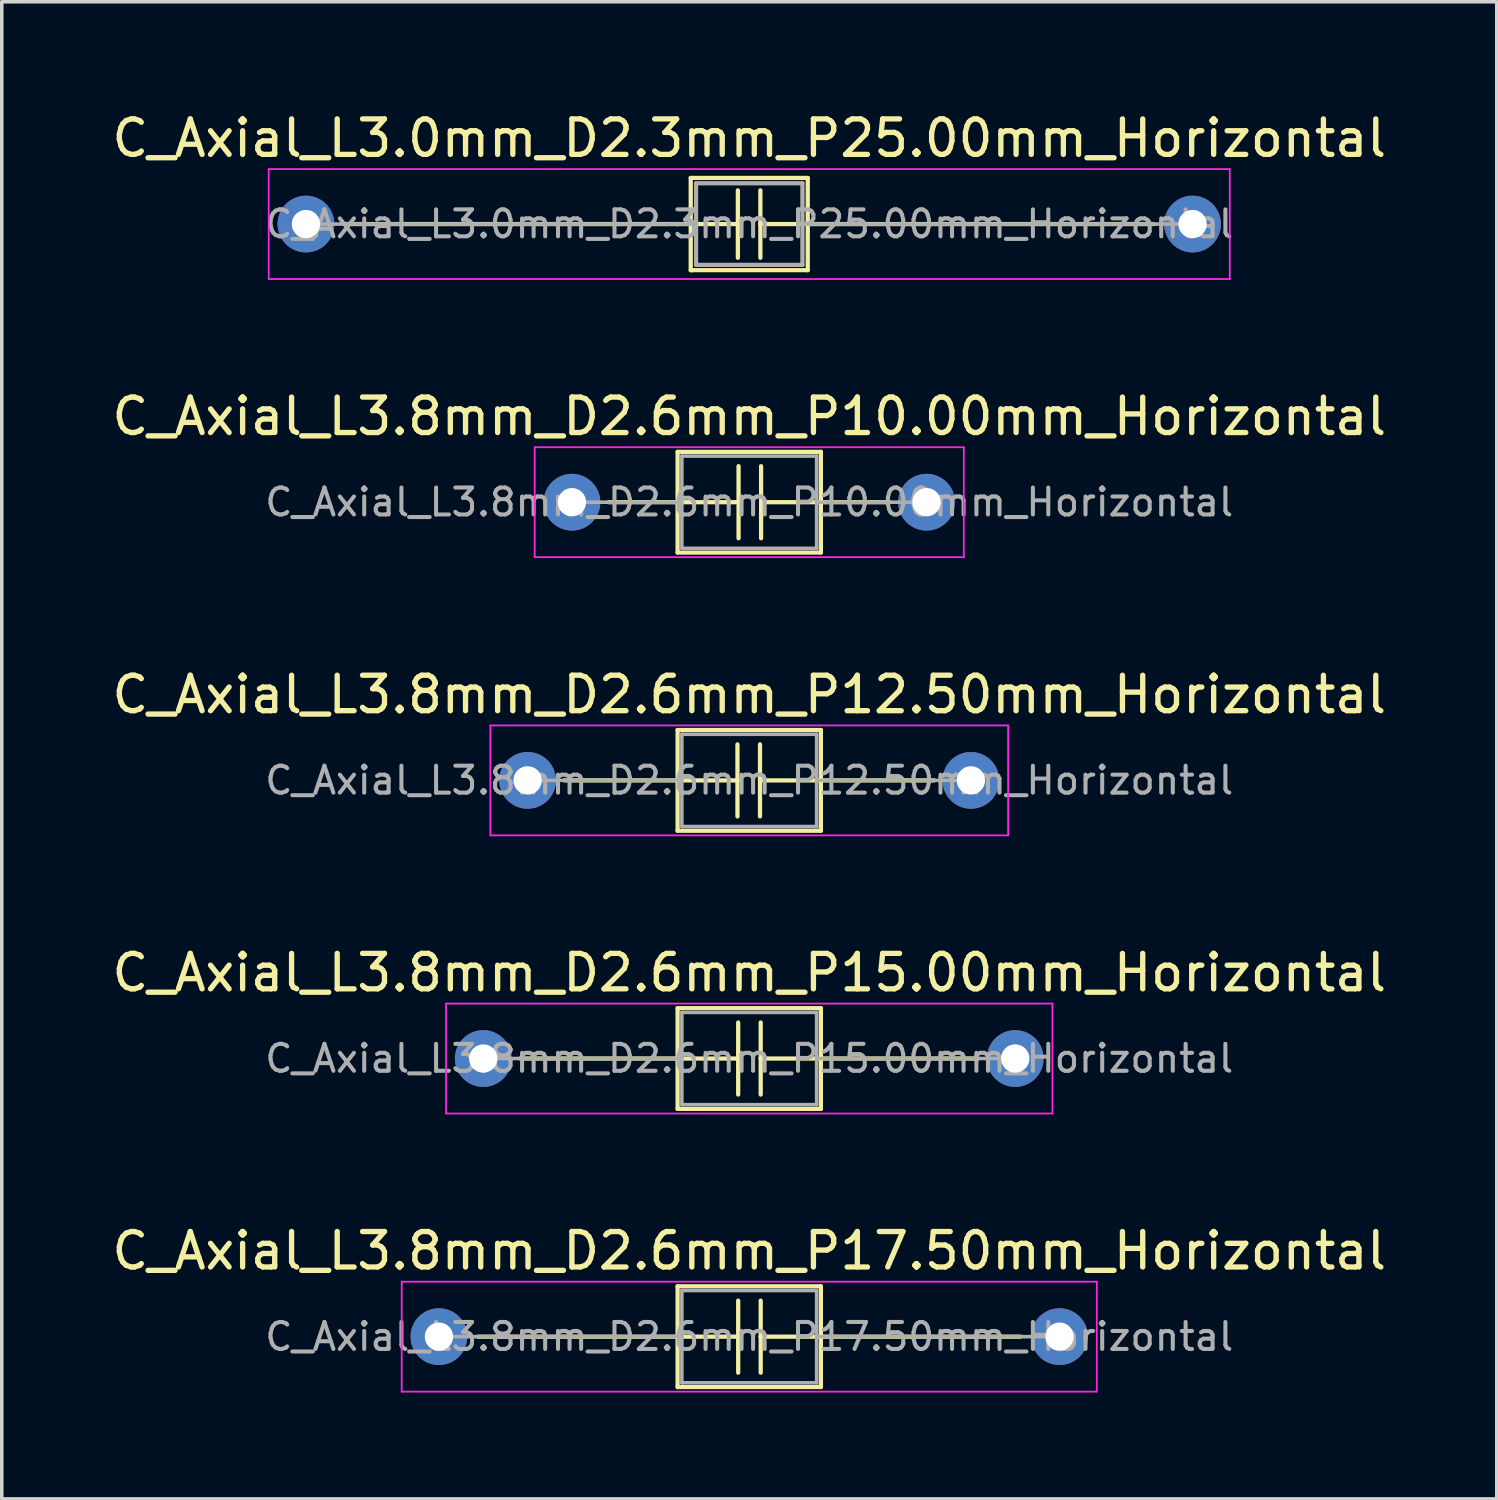
<source format=kicad_pcb>
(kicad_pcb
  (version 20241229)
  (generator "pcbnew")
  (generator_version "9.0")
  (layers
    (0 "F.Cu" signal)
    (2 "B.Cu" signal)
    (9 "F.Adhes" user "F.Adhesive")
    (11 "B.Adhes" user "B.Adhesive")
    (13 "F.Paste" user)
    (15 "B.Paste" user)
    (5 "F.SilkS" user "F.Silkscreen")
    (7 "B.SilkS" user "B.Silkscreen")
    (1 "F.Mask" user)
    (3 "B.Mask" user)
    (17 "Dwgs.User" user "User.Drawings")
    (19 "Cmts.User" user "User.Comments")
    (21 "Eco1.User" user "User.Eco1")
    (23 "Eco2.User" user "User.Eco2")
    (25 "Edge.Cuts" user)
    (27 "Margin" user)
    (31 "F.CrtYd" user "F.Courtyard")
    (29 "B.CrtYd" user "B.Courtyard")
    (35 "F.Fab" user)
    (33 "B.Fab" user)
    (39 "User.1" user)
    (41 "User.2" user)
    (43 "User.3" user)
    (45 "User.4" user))
  (footprint "C_Axial_L3.8mm_D2.6mm_P10.00mm_Horizontal"
    (layer "F.Cu")
    (at 13.077 11.111)
    (property "Reference" "C_Axial_L3.8mm_D2.6mm_P10.00mm_Horizontal" (at 5 -2.42 0) (layer "F.SilkS") (effects (font (size 1 1) (thickness 0.15))))
    (attr through_hole)
    (fp_line (start 1.04 0) (end 2.98 0) (stroke (width 0.12) (type solid)) (layer "F.SilkS"))
    (fp_line (start 2.98 -1.42) (end 2.98 1.42) (stroke (width 0.12) (type solid)) (layer "F.SilkS"))
    (fp_line (start 2.98 0) (end 4.699 0) (stroke (width 0.12) (type solid)) (layer "F.SilkS"))
    (fp_line (start 2.98 1.42) (end 7.02 1.42) (stroke (width 0.12) (type solid)) (layer "F.SilkS"))
    (fp_line (start 4.699 0) (end 4.699 -1.016) (stroke (width 0.12) (type solid)) (layer "F.SilkS"))
    (fp_line (start 4.699 0) (end 4.699 1.016) (stroke (width 0.12) (type solid)) (layer "F.SilkS"))
    (fp_line (start 5.334 0) (end 5.334 -1.016) (stroke (width 0.12) (type solid)) (layer "F.SilkS"))
    (fp_line (start 5.334 0) (end 5.334 1.016) (stroke (width 0.12) (type solid)) (layer "F.SilkS"))
    (fp_line (start 7.02 -1.42) (end 2.98 -1.42) (stroke (width 0.12) (type solid)) (layer "F.SilkS"))
    (fp_line (start 7.02 0) (end 5.334 0) (stroke (width 0.12) (type solid)) (layer "F.SilkS"))
    (fp_line (start 7.02 1.42) (end 7.02 -1.42) (stroke (width 0.12) (type solid)) (layer "F.SilkS"))
    (fp_line (start 8.96 0) (end 7.02 0) (stroke (width 0.12) (type solid)) (layer "F.SilkS"))
    (fp_line (start -1.05 -1.55) (end -1.05 1.55) (stroke (width 0.05) (type solid)) (layer "F.CrtYd"))
    (fp_line (start -1.05 1.55) (end 11.05 1.55) (stroke (width 0.05) (type solid)) (layer "F.CrtYd"))
    (fp_line (start 11.05 -1.55) (end -1.05 -1.55) (stroke (width 0.05) (type solid)) (layer "F.CrtYd"))
    (fp_line (start 11.05 1.55) (end 11.05 -1.55) (stroke (width 0.05) (type solid)) (layer "F.CrtYd"))
    (fp_line (start 0 0) (end 3.1 0) (stroke (width 0.1) (type solid)) (layer "F.Fab"))
    (fp_line (start 3.1 -1.3) (end 3.1 1.3) (stroke (width 0.1) (type solid)) (layer "F.Fab"))
    (fp_line (start 3.1 1.3) (end 6.9 1.3) (stroke (width 0.1) (type solid)) (layer "F.Fab"))
    (fp_line (start 6.9 -1.3) (end 3.1 -1.3) (stroke (width 0.1) (type solid)) (layer "F.Fab"))
    (fp_line (start 6.9 1.3) (end 6.9 -1.3) (stroke (width 0.1) (type solid)) (layer "F.Fab"))
    (fp_line (start 10 0) (end 6.9 0) (stroke (width 0.1) (type solid)) (layer "F.Fab"))
    (fp_text user "${REFERENCE}" (at 5 0 0) (layer "F.Fab") (effects (font (size 0.76 0.76) (thickness 0.114))))
    (pad "1" thru_hole circle (at 0 0) (size 1.6 1.6) (drill 0.8) (layers "*.Cu" "*.Mask"))
    (pad "2" thru_hole oval (at 10 0) (size 1.6 1.6) (drill 0.8) (layers "*.Cu" "*.Mask")))
  (footprint "C_Axial_L3.0mm_D2.3mm_P25.00mm_Horizontal"
    (layer "F.Cu")
    (at 5.577 3.268)
    (property "Reference" "C_Axial_L3.0mm_D2.3mm_P25.00mm_Horizontal" (at 12.5 -2.42 0) (layer "F.SilkS") (effects (font (size 1 1) (thickness 0.15))))
    (fp_line (start 1.1 0) (end 10.48 0) (stroke (width 0.12) (type solid)) (layer "F.SilkS"))
    (fp_line (start 10.48 0) (end 12.179 0) (stroke (width 0.12) (type solid)) (layer "F.SilkS"))
    (fp_line (start 10.85 -1.3) (end 14.15 -1.3) (stroke (width 0.12) (type solid)) (layer "F.SilkS"))
    (fp_line (start 10.85 1.3) (end 10.85 -1.3) (stroke (width 0.12) (type solid)) (layer "F.SilkS"))
    (fp_line (start 10.9 1.3) (end 10.85 1.3) (stroke (width 0.12) (type solid)) (layer "F.SilkS"))
    (fp_line (start 12.179 0) (end 12.179 -0.95) (stroke (width 0.12) (type solid)) (layer "F.SilkS"))
    (fp_line (start 12.179 0) (end 12.179 0.95) (stroke (width 0.12) (type solid)) (layer "F.SilkS"))
    (fp_line (start 12.814 0) (end 12.814 -0.95) (stroke (width 0.12) (type solid)) (layer "F.SilkS"))
    (fp_line (start 12.814 0) (end 12.814 0.95) (stroke (width 0.12) (type solid)) (layer "F.SilkS"))
    (fp_line (start 14.15 -1.3) (end 14.15 0) (stroke (width 0.12) (type solid)) (layer "F.SilkS"))
    (fp_line (start 14.15 0) (end 14.15 1.3) (stroke (width 0.12) (type solid)) (layer "F.SilkS"))
    (fp_line (start 14.15 1.3) (end 10.9 1.3) (stroke (width 0.12) (type solid)) (layer "F.SilkS"))
    (fp_line (start 14.211 0) (end 12.814 0) (stroke (width 0.12) (type solid)) (layer "F.SilkS"))
    (fp_line (start 23.9 0) (end 14.211 0) (stroke (width 0.12) (type solid)) (layer "F.SilkS"))
    (fp_line (start -1.05 -1.55) (end -1.05 1.55) (stroke (width 0.05) (type solid)) (layer "F.CrtYd"))
    (fp_line (start -1.05 1.55) (end 26.05 1.55) (stroke (width 0.05) (type solid)) (layer "F.CrtYd"))
    (fp_line (start 26.05 -1.55) (end -1.05 -1.55) (stroke (width 0.05) (type solid)) (layer "F.CrtYd"))
    (fp_line (start 26.05 1.55) (end 26.05 -1.55) (stroke (width 0.05) (type solid)) (layer "F.CrtYd"))
    (fp_line (start 0 0) (end 11 0) (stroke (width 0.1) (type solid)) (layer "F.Fab"))
    (fp_line (start 11 -1.15) (end 14 -1.15) (stroke (width 0.12) (type solid)) (layer "F.Fab"))
    (fp_line (start 11 0) (end 11 -1.15) (stroke (width 0.12) (type solid)) (layer "F.Fab"))
    (fp_line (start 11 1.15) (end 11 0) (stroke (width 0.12) (type solid)) (layer "F.Fab"))
    (fp_line (start 14 -1.15) (end 14 0) (stroke (width 0.12) (type solid)) (layer "F.Fab"))
    (fp_line (start 14 0) (end 14 1.15) (stroke (width 0.12) (type solid)) (layer "F.Fab"))
    (fp_line (start 14 1.15) (end 11 1.15) (stroke (width 0.12) (type solid)) (layer "F.Fab"))
    (fp_line (start 25 0) (end 14 0) (stroke (width 0.1) (type solid)) (layer "F.Fab"))
    (fp_text user "${REFERENCE}" (at 12.5 0 0) (layer "F.Fab") (effects (font (size 0.76 0.76) (thickness 0.114))))
    (pad "1" thru_hole circle (at 0 0) (size 1.6 1.6) (drill 0.8) (layers "*.Cu" "*.Mask"))
    (pad "2" thru_hole oval (at 25 0) (size 1.6 1.6) (drill 0.8) (layers "*.Cu" "*.Mask")))
  (footprint "C_Axial_L3.8mm_D2.6mm_P15.00mm_Horizontal"
    (layer "F.Cu")
    (at 10.577 26.798)
    (property "Reference" "C_Axial_L3.8mm_D2.6mm_P15.00mm_Horizontal" (at 7.5 -2.42 0) (layer "F.SilkS") (effects (font (size 1 1) (thickness 0.15))))
    (attr through_hole)
    (fp_line (start 1.04 0) (end 5.48 0) (stroke (width 0.12) (type solid)) (layer "F.SilkS"))
    (fp_line (start 5.461 0) (end 7.188 0) (stroke (width 0.12) (type solid)) (layer "F.SilkS"))
    (fp_line (start 5.48 -1.42) (end 5.48 1.42) (stroke (width 0.12) (type solid)) (layer "F.SilkS"))
    (fp_line (start 5.48 1.42) (end 9.52 1.42) (stroke (width 0.12) (type solid)) (layer "F.SilkS"))
    (fp_line (start 7.188 0) (end 7.188 -1.016) (stroke (width 0.12) (type solid)) (layer "F.SilkS"))
    (fp_line (start 7.188 0) (end 7.188 1.016) (stroke (width 0.12) (type solid)) (layer "F.SilkS"))
    (fp_line (start 7.823 0) (end 7.823 -1.016) (stroke (width 0.12) (type solid)) (layer "F.SilkS"))
    (fp_line (start 7.823 0) (end 7.823 1.016) (stroke (width 0.12) (type solid)) (layer "F.SilkS"))
    (fp_line (start 9.52 -1.42) (end 5.48 -1.42) (stroke (width 0.12) (type solid)) (layer "F.SilkS"))
    (fp_line (start 9.52 1.42) (end 9.52 -1.42) (stroke (width 0.12) (type solid)) (layer "F.SilkS"))
    (fp_line (start 9.525 0) (end 7.823 0) (stroke (width 0.12) (type solid)) (layer "F.SilkS"))
    (fp_line (start 13.96 0) (end 9.52 0) (stroke (width 0.12) (type solid)) (layer "F.SilkS"))
    (fp_line (start -1.05 -1.55) (end -1.05 1.55) (stroke (width 0.05) (type solid)) (layer "F.CrtYd"))
    (fp_line (start -1.05 1.55) (end 16.05 1.55) (stroke (width 0.05) (type solid)) (layer "F.CrtYd"))
    (fp_line (start 16.05 -1.55) (end -1.05 -1.55) (stroke (width 0.05) (type solid)) (layer "F.CrtYd"))
    (fp_line (start 16.05 1.55) (end 16.05 -1.55) (stroke (width 0.05) (type solid)) (layer "F.CrtYd"))
    (fp_line (start 0 0) (end 5.6 0) (stroke (width 0.1) (type solid)) (layer "F.Fab"))
    (fp_line (start 5.6 -1.3) (end 5.6 1.3) (stroke (width 0.1) (type solid)) (layer "F.Fab"))
    (fp_line (start 5.6 1.3) (end 9.4 1.3) (stroke (width 0.1) (type solid)) (layer "F.Fab"))
    (fp_line (start 9.4 -1.3) (end 5.6 -1.3) (stroke (width 0.1) (type solid)) (layer "F.Fab"))
    (fp_line (start 9.4 1.3) (end 9.4 -1.3) (stroke (width 0.1) (type solid)) (layer "F.Fab"))
    (fp_line (start 15 0) (end 9.4 0) (stroke (width 0.1) (type solid)) (layer "F.Fab"))
    (fp_text user "${REFERENCE}" (at 7.5 0 0) (layer "F.Fab") (effects (font (size 0.76 0.76) (thickness 0.114))))
    (pad "1" thru_hole circle (at 0 0) (size 1.6 1.6) (drill 0.8) (layers "*.Cu" "*.Mask"))
    (pad "2" thru_hole oval (at 15 0) (size 1.6 1.6) (drill 0.8) (layers "*.Cu" "*.Mask")))
  (footprint "C_Axial_L3.8mm_D2.6mm_P12.50mm_Horizontal"
    (layer "F.Cu")
    (at 11.827 18.955)
    (property "Reference" "C_Axial_L3.8mm_D2.6mm_P12.50mm_Horizontal" (at 6.25 -2.42 0) (layer "F.SilkS") (effects (font (size 1 1) (thickness 0.15))))
    (attr through_hole)
    (fp_line (start 1.04 0) (end 4.23 0) (stroke (width 0.12) (type solid)) (layer "F.SilkS"))
    (fp_line (start 4.23 -1.42) (end 4.23 1.42) (stroke (width 0.12) (type solid)) (layer "F.SilkS"))
    (fp_line (start 4.23 0) (end 5.918 0) (stroke (width 0.12) (type solid)) (layer "F.SilkS"))
    (fp_line (start 4.23 1.42) (end 8.27 1.42) (stroke (width 0.12) (type solid)) (layer "F.SilkS"))
    (fp_line (start 5.918 0) (end 5.918 -1.016) (stroke (width 0.12) (type solid)) (layer "F.SilkS"))
    (fp_line (start 5.918 0) (end 5.918 1.016) (stroke (width 0.12) (type solid)) (layer "F.SilkS"))
    (fp_line (start 6.553 0) (end 6.553 -1.016) (stroke (width 0.12) (type solid)) (layer "F.SilkS"))
    (fp_line (start 6.553 0) (end 6.553 1.016) (stroke (width 0.12) (type solid)) (layer "F.SilkS"))
    (fp_line (start 8.27 -1.42) (end 4.23 -1.42) (stroke (width 0.12) (type solid)) (layer "F.SilkS"))
    (fp_line (start 8.27 0) (end 6.553 0) (stroke (width 0.12) (type solid)) (layer "F.SilkS"))
    (fp_line (start 8.27 1.42) (end 8.27 -1.42) (stroke (width 0.12) (type solid)) (layer "F.SilkS"))
    (fp_line (start 11.46 0) (end 8.27 0) (stroke (width 0.12) (type solid)) (layer "F.SilkS"))
    (fp_line (start -1.05 -1.55) (end -1.05 1.55) (stroke (width 0.05) (type solid)) (layer "F.CrtYd"))
    (fp_line (start -1.05 1.55) (end 13.55 1.55) (stroke (width 0.05) (type solid)) (layer "F.CrtYd"))
    (fp_line (start 13.55 -1.55) (end -1.05 -1.55) (stroke (width 0.05) (type solid)) (layer "F.CrtYd"))
    (fp_line (start 13.55 1.55) (end 13.55 -1.55) (stroke (width 0.05) (type solid)) (layer "F.CrtYd"))
    (fp_line (start 0 0) (end 4.35 0) (stroke (width 0.1) (type solid)) (layer "F.Fab"))
    (fp_line (start 4.35 -1.3) (end 4.35 1.3) (stroke (width 0.1) (type solid)) (layer "F.Fab"))
    (fp_line (start 4.35 1.3) (end 8.15 1.3) (stroke (width 0.1) (type solid)) (layer "F.Fab"))
    (fp_line (start 8.15 -1.3) (end 4.35 -1.3) (stroke (width 0.1) (type solid)) (layer "F.Fab"))
    (fp_line (start 8.15 1.3) (end 8.15 -1.3) (stroke (width 0.1) (type solid)) (layer "F.Fab"))
    (fp_line (start 12.5 0) (end 8.15 0) (stroke (width 0.1) (type solid)) (layer "F.Fab"))
    (fp_text user "${REFERENCE}" (at 6.25 0 0) (layer "F.Fab") (effects (font (size 0.76 0.76) (thickness 0.114))))
    (pad "1" thru_hole circle (at 0 0) (size 1.6 1.6) (drill 0.8) (layers "*.Cu" "*.Mask"))
    (pad "2" thru_hole oval (at 12.5 0) (size 1.6 1.6) (drill 0.8) (layers "*.Cu" "*.Mask")))
  (footprint "C_Axial_L3.8mm_D2.6mm_P17.50mm_Horizontal"
    (layer "F.Cu")
    (at 9.327 34.641)
    (property "Reference" "C_Axial_L3.8mm_D2.6mm_P17.50mm_Horizontal" (at 8.75 -2.42 0) (layer "F.SilkS") (effects (font (size 1 1) (thickness 0.15))))
    (fp_line (start 1.1 0) (end 6.73 0) (stroke (width 0.12) (type solid)) (layer "F.SilkS"))
    (fp_line (start 6.73 -1.42) (end 6.73 1.42) (stroke (width 0.12) (type solid)) (layer "F.SilkS"))
    (fp_line (start 6.73 1.42) (end 10.77 1.42) (stroke (width 0.12) (type solid)) (layer "F.SilkS"))
    (fp_line (start 6.731 0) (end 8.438 0) (stroke (width 0.12) (type solid)) (layer "F.SilkS"))
    (fp_line (start 8.438 0) (end 8.438 -1.016) (stroke (width 0.12) (type solid)) (layer "F.SilkS"))
    (fp_line (start 8.438 0) (end 8.438 1.016) (stroke (width 0.12) (type solid)) (layer "F.SilkS"))
    (fp_line (start 9.073 0) (end 9.073 -1.016) (stroke (width 0.12) (type solid)) (layer "F.SilkS"))
    (fp_line (start 9.073 0) (end 9.073 1.016) (stroke (width 0.12) (type solid)) (layer "F.SilkS"))
    (fp_line (start 10.77 -1.42) (end 6.73 -1.42) (stroke (width 0.12) (type solid)) (layer "F.SilkS"))
    (fp_line (start 10.77 0) (end 9.073 0) (stroke (width 0.12) (type solid)) (layer "F.SilkS"))
    (fp_line (start 10.77 1.42) (end 10.77 -1.42) (stroke (width 0.12) (type solid)) (layer "F.SilkS"))
    (fp_line (start 16.4 0) (end 10.77 0) (stroke (width 0.12) (type solid)) (layer "F.SilkS"))
    (fp_line (start -1.05 -1.55) (end -1.05 1.55) (stroke (width 0.05) (type solid)) (layer "F.CrtYd"))
    (fp_line (start -1.05 1.55) (end 18.55 1.55) (stroke (width 0.05) (type solid)) (layer "F.CrtYd"))
    (fp_line (start 18.55 -1.55) (end -1.05 -1.55) (stroke (width 0.05) (type solid)) (layer "F.CrtYd"))
    (fp_line (start 18.55 1.55) (end 18.55 -1.55) (stroke (width 0.05) (type solid)) (layer "F.CrtYd"))
    (fp_line (start 0 0) (end 6.85 0) (stroke (width 0.1) (type solid)) (layer "F.Fab"))
    (fp_line (start 6.85 -1.3) (end 6.85 1.3) (stroke (width 0.1) (type solid)) (layer "F.Fab"))
    (fp_line (start 6.85 1.3) (end 10.65 1.3) (stroke (width 0.1) (type solid)) (layer "F.Fab"))
    (fp_line (start 10.65 -1.3) (end 6.85 -1.3) (stroke (width 0.1) (type solid)) (layer "F.Fab"))
    (fp_line (start 10.65 1.3) (end 10.65 -1.3) (stroke (width 0.1) (type solid)) (layer "F.Fab"))
    (fp_line (start 17.5 0) (end 10.65 0) (stroke (width 0.1) (type solid)) (layer "F.Fab"))
    (fp_text user "${REFERENCE}" (at 8.75 0 0) (layer "F.Fab") (effects (font (size 0.76 0.76) (thickness 0.114))))
    (pad "1" thru_hole circle (at 0 0) (size 1.6 1.6) (drill 0.8) (layers "*.Cu" "*.Mask"))
    (pad "2" thru_hole oval (at 17.5 0) (size 1.6 1.6) (drill 0.8) (layers "*.Cu" "*.Mask")))
  (gr_rect
    (start -3 -3)
    (end 39.155 39.216)
    (stroke (width 0.1) (type default))
    (fill no)
    (layer "Edge.Cuts")))
</source>
